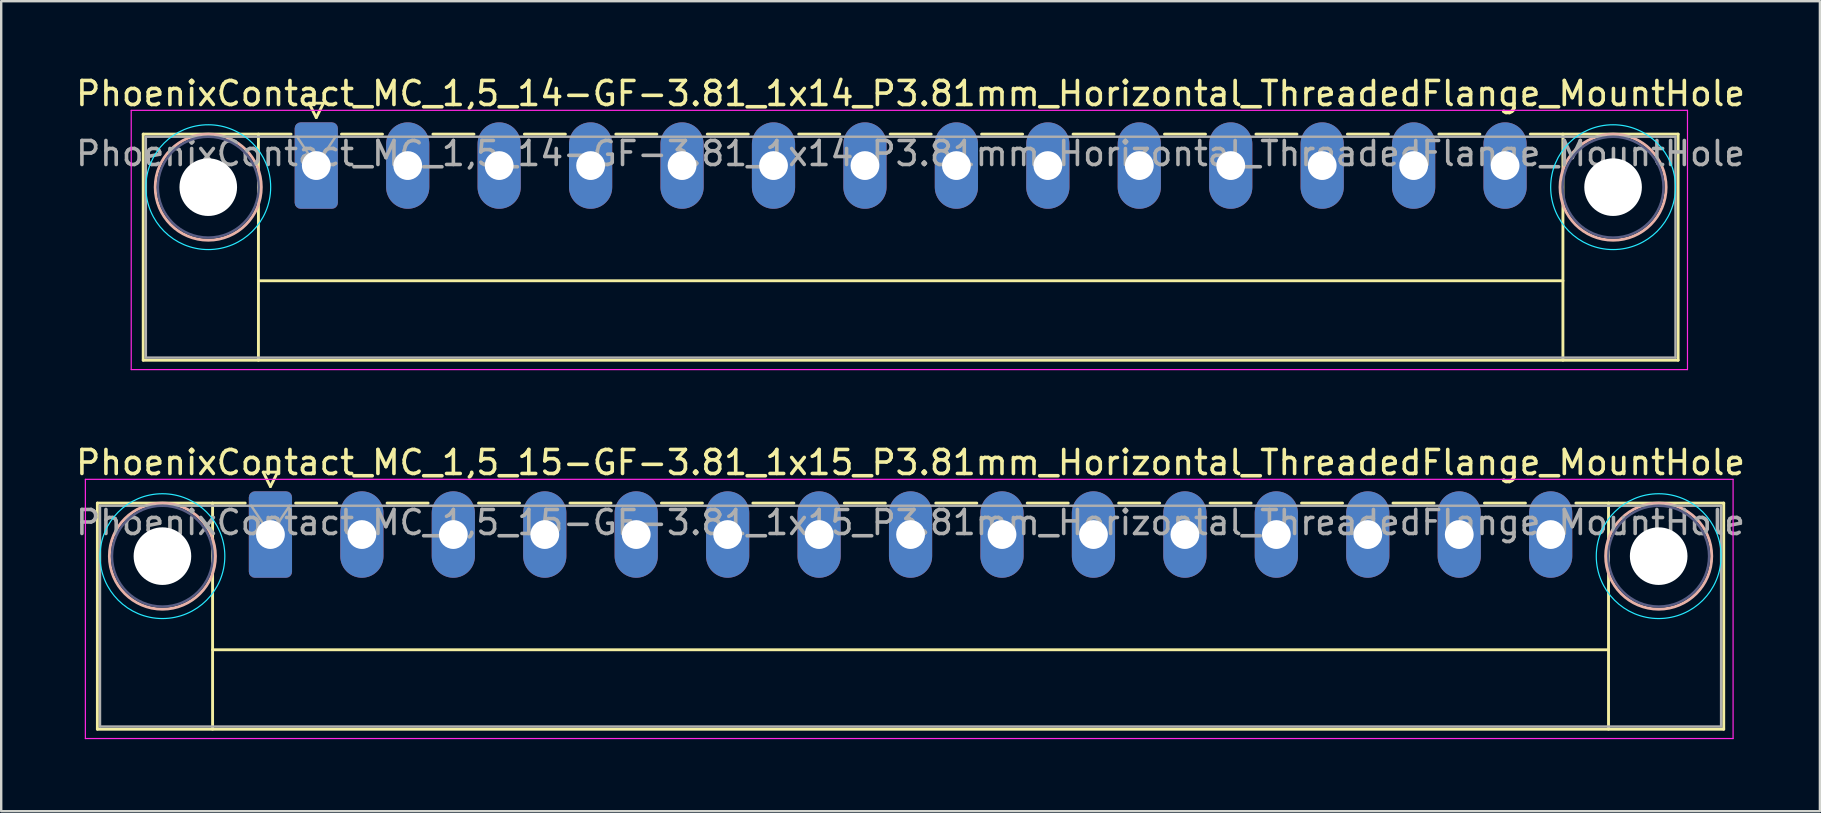
<source format=kicad_pcb>
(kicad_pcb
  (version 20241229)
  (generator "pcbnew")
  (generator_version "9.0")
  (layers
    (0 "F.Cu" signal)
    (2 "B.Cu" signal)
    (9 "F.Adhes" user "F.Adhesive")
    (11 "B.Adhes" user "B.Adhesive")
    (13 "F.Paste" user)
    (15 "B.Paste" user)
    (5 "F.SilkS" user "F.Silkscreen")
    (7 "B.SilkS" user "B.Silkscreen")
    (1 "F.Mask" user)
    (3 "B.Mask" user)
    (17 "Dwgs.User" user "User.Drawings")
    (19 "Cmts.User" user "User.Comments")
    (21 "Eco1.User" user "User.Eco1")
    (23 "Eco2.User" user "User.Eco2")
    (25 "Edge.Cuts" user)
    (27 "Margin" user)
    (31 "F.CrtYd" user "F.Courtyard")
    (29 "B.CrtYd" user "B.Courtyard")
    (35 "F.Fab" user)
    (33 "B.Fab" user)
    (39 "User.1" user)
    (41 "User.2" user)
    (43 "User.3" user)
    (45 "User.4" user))
  (footprint "PhoenixContact_MC_1,5_15-GF-3.81_1x15_P3.81mm_Horizontal_ThreadedFlange_MountHole"
    (layer "F.Cu")
    (at 8.217 19.221)
    (property "Reference" "PhoenixContact_MC_1,5_15-GF-3.81_1x15_P3.81mm_Horizontal_ThreadedFlange_MountHole" (at 26.67 -3 0) (layer "F.SilkS") (effects (font (size 1 1) (thickness 0.15))))
    (attr through_hole)
    (fp_line (start -7.21 -1.31) (end -7.21 8.11) (stroke (width 0.12) (type solid)) (layer "F.SilkS"))
    (fp_line (start -7.21 -1.31) (end -1.05 -1.31) (stroke (width 0.12) (type solid)) (layer "F.SilkS"))
    (fp_line (start -7.21 8.11) (end 60.55 8.11) (stroke (width 0.12) (type solid)) (layer "F.SilkS"))
    (fp_line (start -2.41 -1.31) (end -2.41 8.11) (stroke (width 0.12) (type solid)) (layer "F.SilkS"))
    (fp_line (start -2.41 4.8) (end 55.75 4.8) (stroke (width 0.12) (type solid)) (layer "F.SilkS"))
    (fp_line (start -0.3 -2.6) (end 0.3 -2.6) (stroke (width 0.12) (type solid)) (layer "F.SilkS"))
    (fp_line (start 0 -2) (end -0.3 -2.6) (stroke (width 0.12) (type solid)) (layer "F.SilkS"))
    (fp_line (start 0.3 -2.6) (end 0 -2) (stroke (width 0.12) (type solid)) (layer "F.SilkS"))
    (fp_line (start 1.05 -1.31) (end 2.76 -1.31) (stroke (width 0.12) (type solid)) (layer "F.SilkS"))
    (fp_line (start 4.86 -1.31) (end 6.57 -1.31) (stroke (width 0.12) (type solid)) (layer "F.SilkS"))
    (fp_line (start 8.67 -1.31) (end 10.38 -1.31) (stroke (width 0.12) (type solid)) (layer "F.SilkS"))
    (fp_line (start 12.48 -1.31) (end 14.19 -1.31) (stroke (width 0.12) (type solid)) (layer "F.SilkS"))
    (fp_line (start 16.29 -1.31) (end 18 -1.31) (stroke (width 0.12) (type solid)) (layer "F.SilkS"))
    (fp_line (start 20.1 -1.31) (end 21.81 -1.31) (stroke (width 0.12) (type solid)) (layer "F.SilkS"))
    (fp_line (start 23.91 -1.31) (end 25.62 -1.31) (stroke (width 0.12) (type solid)) (layer "F.SilkS"))
    (fp_line (start 27.72 -1.31) (end 29.43 -1.31) (stroke (width 0.12) (type solid)) (layer "F.SilkS"))
    (fp_line (start 31.53 -1.31) (end 33.24 -1.31) (stroke (width 0.12) (type solid)) (layer "F.SilkS"))
    (fp_line (start 35.34 -1.31) (end 37.05 -1.31) (stroke (width 0.12) (type solid)) (layer "F.SilkS"))
    (fp_line (start 39.15 -1.31) (end 40.86 -1.31) (stroke (width 0.12) (type solid)) (layer "F.SilkS"))
    (fp_line (start 42.96 -1.31) (end 44.67 -1.31) (stroke (width 0.12) (type solid)) (layer "F.SilkS"))
    (fp_line (start 46.77 -1.31) (end 48.48 -1.31) (stroke (width 0.12) (type solid)) (layer "F.SilkS"))
    (fp_line (start 50.58 -1.31) (end 52.29 -1.31) (stroke (width 0.12) (type solid)) (layer "F.SilkS"))
    (fp_line (start 55.75 -1.31) (end 55.75 8.11) (stroke (width 0.12) (type solid)) (layer "F.SilkS"))
    (fp_line (start 60.55 -1.31) (end 54.39 -1.31) (stroke (width 0.12) (type solid)) (layer "F.SilkS"))
    (fp_line (start 60.55 8.11) (end 60.55 -1.31) (stroke (width 0.12) (type solid)) (layer "F.SilkS"))
    (fp_circle (center -4.5 0.9) (end -2.29 0.9) (stroke (width 0.12) (type solid)) (fill no) (layer "B.SilkS"))
    (fp_circle (center 57.84 0.9) (end 60.05 0.9) (stroke (width 0.12) (type solid)) (fill no) (layer "B.SilkS"))
    (fp_circle (center -4.5 0.9) (end -1.9 0.9) (stroke (width 0.05) (type solid)) (fill no) (layer "B.CrtYd"))
    (fp_circle (center 57.84 0.9) (end 60.44 0.9) (stroke (width 0.05) (type solid)) (fill no) (layer "B.CrtYd"))
    (fp_line (start -7.71 -2.3) (end -7.71 8.5) (stroke (width 0.05) (type solid)) (layer "F.CrtYd"))
    (fp_line (start -7.71 8.5) (end 60.94 8.5) (stroke (width 0.05) (type solid)) (layer "F.CrtYd"))
    (fp_line (start 60.94 -2.3) (end -7.71 -2.3) (stroke (width 0.05) (type solid)) (layer "F.CrtYd"))
    (fp_line (start 60.94 8.5) (end 60.94 -2.3) (stroke (width 0.05) (type solid)) (layer "F.CrtYd"))
    (fp_circle (center -4.5 0.9) (end -2.4 0.9) (stroke (width 0.1) (type solid)) (fill no) (layer "B.Fab"))
    (fp_circle (center 57.84 0.9) (end 59.94 0.9) (stroke (width 0.1) (type solid)) (fill no) (layer "B.Fab"))
    (fp_line (start -7.1 -1.2) (end -7.1 8) (stroke (width 0.1) (type solid)) (layer "F.Fab"))
    (fp_line (start -7.1 8) (end 60.44 8) (stroke (width 0.1) (type solid)) (layer "F.Fab"))
    (fp_line (start 0 0) (end -0.8 -1.2) (stroke (width 0.1) (type solid)) (layer "F.Fab"))
    (fp_line (start 0.8 -1.2) (end 0 0) (stroke (width 0.1) (type solid)) (layer "F.Fab"))
    (fp_line (start 60.44 -1.2) (end -7.1 -1.2) (stroke (width 0.1) (type solid)) (layer "F.Fab"))
    (fp_line (start 60.44 8) (end 60.44 -1.2) (stroke (width 0.1) (type solid)) (layer "F.Fab"))
    (fp_text user "${REFERENCE}" (at 26.67 -0.5 0) (layer "F.Fab") (effects (font (size 1 1) (thickness 0.15))))
    (pad "" np_thru_hole circle (at -4.5 0.9) (size 2.4 2.4) (drill 2.4) (layers "*.Cu" "*.Mask"))
    (pad "" np_thru_hole circle (at 57.84 0.9) (size 2.4 2.4) (drill 2.4) (layers "*.Cu" "*.Mask"))
    (pad "1" thru_hole roundrect (at 0 0) (size 1.8 3.6) (drill 1.2) (layers "*.Cu" "*.Mask") (roundrect_rratio 0.139))
    (pad "2" thru_hole oval (at 3.81 0) (size 1.8 3.6) (drill 1.2) (layers "*.Cu" "*.Mask"))
    (pad "3" thru_hole oval (at 7.62 0) (size 1.8 3.6) (drill 1.2) (layers "*.Cu" "*.Mask"))
    (pad "4" thru_hole oval (at 11.43 0) (size 1.8 3.6) (drill 1.2) (layers "*.Cu" "*.Mask"))
    (pad "5" thru_hole oval (at 15.24 0) (size 1.8 3.6) (drill 1.2) (layers "*.Cu" "*.Mask"))
    (pad "6" thru_hole oval (at 19.05 0) (size 1.8 3.6) (drill 1.2) (layers "*.Cu" "*.Mask"))
    (pad "7" thru_hole oval (at 22.86 0) (size 1.8 3.6) (drill 1.2) (layers "*.Cu" "*.Mask"))
    (pad "8" thru_hole oval (at 26.67 0) (size 1.8 3.6) (drill 1.2) (layers "*.Cu" "*.Mask"))
    (pad "9" thru_hole oval (at 30.48 0) (size 1.8 3.6) (drill 1.2) (layers "*.Cu" "*.Mask"))
    (pad "10" thru_hole oval (at 34.29 0) (size 1.8 3.6) (drill 1.2) (layers "*.Cu" "*.Mask"))
    (pad "11" thru_hole oval (at 38.1 0) (size 1.8 3.6) (drill 1.2) (layers "*.Cu" "*.Mask"))
    (pad "12" thru_hole oval (at 41.91 0) (size 1.8 3.6) (drill 1.2) (layers "*.Cu" "*.Mask"))
    (pad "13" thru_hole oval (at 45.72 0) (size 1.8 3.6) (drill 1.2) (layers "*.Cu" "*.Mask"))
    (pad "14" thru_hole oval (at 49.53 0) (size 1.8 3.6) (drill 1.2) (layers "*.Cu" "*.Mask"))
    (pad "15" thru_hole oval (at 53.34 0) (size 1.8 3.6) (drill 1.2) (layers "*.Cu" "*.Mask")))
  (footprint "PhoenixContact_MC_1,5_14-GF-3.81_1x14_P3.81mm_Horizontal_ThreadedFlange_MountHole"
    (layer "F.Cu")
    (at 10.127 3.848)
    (property "Reference" "PhoenixContact_MC_1,5_14-GF-3.81_1x14_P3.81mm_Horizontal_ThreadedFlange_MountHole" (at 24.76 -3 0) (layer "F.SilkS") (effects (font (size 1 1) (thickness 0.15))))
    (attr through_hole)
    (fp_line (start -7.21 -1.31) (end -7.21 8.11) (stroke (width 0.12) (type solid)) (layer "F.SilkS"))
    (fp_line (start -7.21 -1.31) (end -1.05 -1.31) (stroke (width 0.12) (type solid)) (layer "F.SilkS"))
    (fp_line (start -7.21 8.11) (end 56.74 8.11) (stroke (width 0.12) (type solid)) (layer "F.SilkS"))
    (fp_line (start -2.41 -1.31) (end -2.41 8.11) (stroke (width 0.12) (type solid)) (layer "F.SilkS"))
    (fp_line (start -2.41 4.8) (end 51.94 4.8) (stroke (width 0.12) (type solid)) (layer "F.SilkS"))
    (fp_line (start -0.3 -2.6) (end 0.3 -2.6) (stroke (width 0.12) (type solid)) (layer "F.SilkS"))
    (fp_line (start 0 -2) (end -0.3 -2.6) (stroke (width 0.12) (type solid)) (layer "F.SilkS"))
    (fp_line (start 0.3 -2.6) (end 0 -2) (stroke (width 0.12) (type solid)) (layer "F.SilkS"))
    (fp_line (start 1.05 -1.31) (end 2.76 -1.31) (stroke (width 0.12) (type solid)) (layer "F.SilkS"))
    (fp_line (start 4.86 -1.31) (end 6.57 -1.31) (stroke (width 0.12) (type solid)) (layer "F.SilkS"))
    (fp_line (start 8.67 -1.31) (end 10.38 -1.31) (stroke (width 0.12) (type solid)) (layer "F.SilkS"))
    (fp_line (start 12.48 -1.31) (end 14.19 -1.31) (stroke (width 0.12) (type solid)) (layer "F.SilkS"))
    (fp_line (start 16.29 -1.31) (end 18 -1.31) (stroke (width 0.12) (type solid)) (layer "F.SilkS"))
    (fp_line (start 20.1 -1.31) (end 21.81 -1.31) (stroke (width 0.12) (type solid)) (layer "F.SilkS"))
    (fp_line (start 23.91 -1.31) (end 25.62 -1.31) (stroke (width 0.12) (type solid)) (layer "F.SilkS"))
    (fp_line (start 27.72 -1.31) (end 29.43 -1.31) (stroke (width 0.12) (type solid)) (layer "F.SilkS"))
    (fp_line (start 31.53 -1.31) (end 33.24 -1.31) (stroke (width 0.12) (type solid)) (layer "F.SilkS"))
    (fp_line (start 35.34 -1.31) (end 37.05 -1.31) (stroke (width 0.12) (type solid)) (layer "F.SilkS"))
    (fp_line (start 39.15 -1.31) (end 40.86 -1.31) (stroke (width 0.12) (type solid)) (layer "F.SilkS"))
    (fp_line (start 42.96 -1.31) (end 44.67 -1.31) (stroke (width 0.12) (type solid)) (layer "F.SilkS"))
    (fp_line (start 46.77 -1.31) (end 48.48 -1.31) (stroke (width 0.12) (type solid)) (layer "F.SilkS"))
    (fp_line (start 51.94 -1.31) (end 51.94 8.11) (stroke (width 0.12) (type solid)) (layer "F.SilkS"))
    (fp_line (start 56.74 -1.31) (end 50.58 -1.31) (stroke (width 0.12) (type solid)) (layer "F.SilkS"))
    (fp_line (start 56.74 8.11) (end 56.74 -1.31) (stroke (width 0.12) (type solid)) (layer "F.SilkS"))
    (fp_circle (center -4.5 0.9) (end -2.29 0.9) (stroke (width 0.12) (type solid)) (fill no) (layer "B.SilkS"))
    (fp_circle (center 54.03 0.9) (end 56.24 0.9) (stroke (width 0.12) (type solid)) (fill no) (layer "B.SilkS"))
    (fp_circle (center -4.5 0.9) (end -1.9 0.9) (stroke (width 0.05) (type solid)) (fill no) (layer "B.CrtYd"))
    (fp_circle (center 54.03 0.9) (end 56.63 0.9) (stroke (width 0.05) (type solid)) (fill no) (layer "B.CrtYd"))
    (fp_line (start -7.71 -2.3) (end -7.71 8.5) (stroke (width 0.05) (type solid)) (layer "F.CrtYd"))
    (fp_line (start -7.71 8.5) (end 57.13 8.5) (stroke (width 0.05) (type solid)) (layer "F.CrtYd"))
    (fp_line (start 57.13 -2.3) (end -7.71 -2.3) (stroke (width 0.05) (type solid)) (layer "F.CrtYd"))
    (fp_line (start 57.13 8.5) (end 57.13 -2.3) (stroke (width 0.05) (type solid)) (layer "F.CrtYd"))
    (fp_circle (center -4.5 0.9) (end -2.4 0.9) (stroke (width 0.1) (type solid)) (fill no) (layer "B.Fab"))
    (fp_circle (center 54.03 0.9) (end 56.13 0.9) (stroke (width 0.1) (type solid)) (fill no) (layer "B.Fab"))
    (fp_line (start -7.1 -1.2) (end -7.1 8) (stroke (width 0.1) (type solid)) (layer "F.Fab"))
    (fp_line (start -7.1 8) (end 56.63 8) (stroke (width 0.1) (type solid)) (layer "F.Fab"))
    (fp_line (start 0 0) (end -0.8 -1.2) (stroke (width 0.1) (type solid)) (layer "F.Fab"))
    (fp_line (start 0.8 -1.2) (end 0 0) (stroke (width 0.1) (type solid)) (layer "F.Fab"))
    (fp_line (start 56.63 -1.2) (end -7.1 -1.2) (stroke (width 0.1) (type solid)) (layer "F.Fab"))
    (fp_line (start 56.63 8) (end 56.63 -1.2) (stroke (width 0.1) (type solid)) (layer "F.Fab"))
    (fp_text user "${REFERENCE}" (at 24.76 -0.5 0) (layer "F.Fab") (effects (font (size 1 1) (thickness 0.15))))
    (pad "" np_thru_hole circle (at -4.5 0.9) (size 2.4 2.4) (drill 2.4) (layers "*.Cu" "*.Mask"))
    (pad "" np_thru_hole circle (at 54.03 0.9) (size 2.4 2.4) (drill 2.4) (layers "*.Cu" "*.Mask"))
    (pad "1" thru_hole roundrect (at 0 0) (size 1.8 3.6) (drill 1.2) (layers "*.Cu" "*.Mask") (roundrect_rratio 0.139))
    (pad "2" thru_hole oval (at 3.81 0) (size 1.8 3.6) (drill 1.2) (layers "*.Cu" "*.Mask"))
    (pad "3" thru_hole oval (at 7.62 0) (size 1.8 3.6) (drill 1.2) (layers "*.Cu" "*.Mask"))
    (pad "4" thru_hole oval (at 11.43 0) (size 1.8 3.6) (drill 1.2) (layers "*.Cu" "*.Mask"))
    (pad "5" thru_hole oval (at 15.24 0) (size 1.8 3.6) (drill 1.2) (layers "*.Cu" "*.Mask"))
    (pad "6" thru_hole oval (at 19.05 0) (size 1.8 3.6) (drill 1.2) (layers "*.Cu" "*.Mask"))
    (pad "7" thru_hole oval (at 22.86 0) (size 1.8 3.6) (drill 1.2) (layers "*.Cu" "*.Mask"))
    (pad "8" thru_hole oval (at 26.67 0) (size 1.8 3.6) (drill 1.2) (layers "*.Cu" "*.Mask"))
    (pad "9" thru_hole oval (at 30.48 0) (size 1.8 3.6) (drill 1.2) (layers "*.Cu" "*.Mask"))
    (pad "10" thru_hole oval (at 34.29 0) (size 1.8 3.6) (drill 1.2) (layers "*.Cu" "*.Mask"))
    (pad "11" thru_hole oval (at 38.1 0) (size 1.8 3.6) (drill 1.2) (layers "*.Cu" "*.Mask"))
    (pad "12" thru_hole oval (at 41.91 0) (size 1.8 3.6) (drill 1.2) (layers "*.Cu" "*.Mask"))
    (pad "13" thru_hole oval (at 45.72 0) (size 1.8 3.6) (drill 1.2) (layers "*.Cu" "*.Mask"))
    (pad "14" thru_hole oval (at 49.53 0) (size 1.8 3.6) (drill 1.2) (layers "*.Cu" "*.Mask")))
  (gr_rect
    (start -3 -3)
    (end 72.774 30.747)
    (stroke (width 0.1) (type default))
    (fill no)
    (layer "Edge.Cuts")))
</source>
